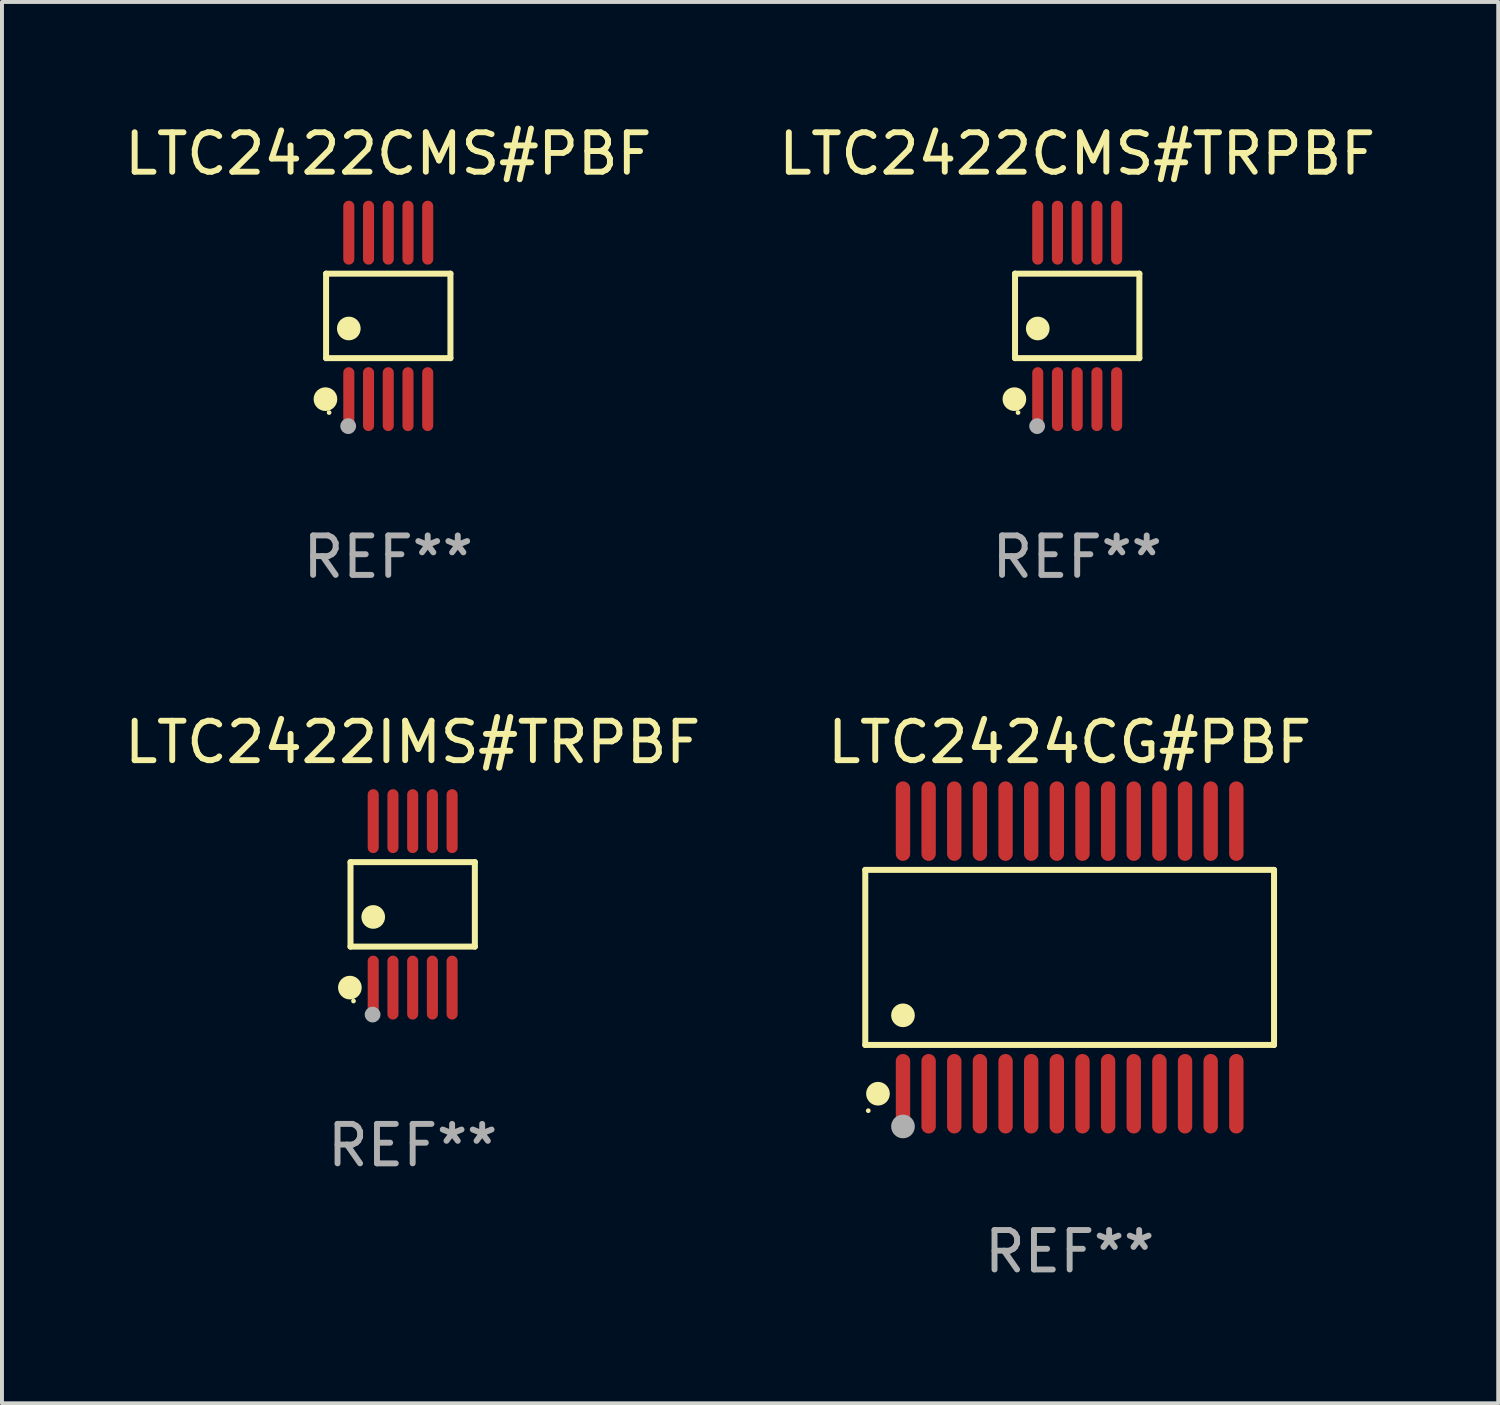
<source format=kicad_pcb>
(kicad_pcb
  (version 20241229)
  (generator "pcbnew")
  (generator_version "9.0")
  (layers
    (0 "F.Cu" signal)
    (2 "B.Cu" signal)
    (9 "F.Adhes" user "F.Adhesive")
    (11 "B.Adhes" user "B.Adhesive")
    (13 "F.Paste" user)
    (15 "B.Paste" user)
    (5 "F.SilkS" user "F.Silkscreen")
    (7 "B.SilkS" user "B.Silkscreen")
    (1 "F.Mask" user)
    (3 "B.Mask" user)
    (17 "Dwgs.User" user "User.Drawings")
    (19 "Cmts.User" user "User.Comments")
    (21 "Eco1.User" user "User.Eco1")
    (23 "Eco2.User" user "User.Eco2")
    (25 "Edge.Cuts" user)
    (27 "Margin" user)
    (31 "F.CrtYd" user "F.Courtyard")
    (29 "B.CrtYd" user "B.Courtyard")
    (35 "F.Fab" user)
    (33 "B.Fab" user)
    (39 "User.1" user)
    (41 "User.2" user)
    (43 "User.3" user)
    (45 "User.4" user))
  (footprint "LTC2422CMS#PBF"
    (layer "F.Cu")
    (at 6.792 4.958)
    (property "Reference" "LTC2422CMS#PBF" (at 0 -4.11 0) (layer "F.SilkS") (effects (font (size 1 1) (thickness 0.15))))
    (attr through_hole)
    (fp_line (start -1.576 -1.071) (end 1.576 -1.071) (stroke (width 0.152) (type solid)) (layer "F.SilkS"))
    (fp_line (start -1.576 1.071) (end -1.576 -1.071) (stroke (width 0.152) (type solid)) (layer "F.SilkS"))
    (fp_line (start 1.576 -1.071) (end 1.576 1.071) (stroke (width 0.152) (type solid)) (layer "F.SilkS"))
    (fp_line (start 1.576 1.071) (end -1.576 1.071) (stroke (width 0.152) (type solid)) (layer "F.SilkS"))
    (fp_circle (center -1.592 2.11) (end -1.442 2.11) (stroke (width 0.3) (type solid)) (fill no) (layer "F.SilkS"))
    (fp_circle (center -1.5 2.45) (end -1.47 2.45) (stroke (width 0.06) (type solid)) (fill no) (layer "F.SilkS"))
    (fp_circle (center -1 0.319) (end -0.85 0.319) (stroke (width 0.3) (type solid)) (fill no) (layer "F.SilkS"))
    (fp_circle (center -1.016 2.794) (end -0.916 2.794) (stroke (width 0.2) (type solid)) (fill no) (layer "F.Fab"))
    (fp_text user "REF**" (at 0 6.11 0) (layer "F.Fab") (effects (font (size 1 1) (thickness 0.15))))
    (pad "1" smd oval (at -1 2.11) (size 0.28 1.62) (layers "F.Cu" "F.Mask" "F.Paste"))
    (pad "2" smd oval (at -0.5 2.11) (size 0.28 1.62) (layers "F.Cu" "F.Mask" "F.Paste"))
    (pad "3" smd oval (at 0 2.11) (size 0.28 1.62) (layers "F.Cu" "F.Mask" "F.Paste"))
    (pad "4" smd oval (at 0.5 2.11) (size 0.28 1.62) (layers "F.Cu" "F.Mask" "F.Paste"))
    (pad "5" smd oval (at 1 2.11) (size 0.28 1.62) (layers "F.Cu" "F.Mask" "F.Paste"))
    (pad "6" smd oval (at 1 -2.11) (size 0.28 1.62) (layers "F.Cu" "F.Mask" "F.Paste"))
    (pad "7" smd oval (at 0.5 -2.11) (size 0.28 1.62) (layers "F.Cu" "F.Mask" "F.Paste"))
    (pad "8" smd oval (at 0 -2.11) (size 0.28 1.62) (layers "F.Cu" "F.Mask" "F.Paste"))
    (pad "9" smd oval (at -0.5 -2.11) (size 0.28 1.62) (layers "F.Cu" "F.Mask" "F.Paste"))
    (pad "10" smd oval (at -1 -2.11) (size 0.28 1.62) (layers "F.Cu" "F.Mask" "F.Paste")))
  (footprint "LTC2422CMS#TRPBF"
    (layer "F.Cu")
    (at 24.256 4.958)
    (property "Reference" "LTC2422CMS#TRPBF" (at 0 -4.11 0) (layer "F.SilkS") (effects (font (size 1 1) (thickness 0.15))))
    (attr through_hole)
    (fp_line (start -1.576 -1.071) (end 1.576 -1.071) (stroke (width 0.152) (type solid)) (layer "F.SilkS"))
    (fp_line (start -1.576 1.071) (end -1.576 -1.071) (stroke (width 0.152) (type solid)) (layer "F.SilkS"))
    (fp_line (start 1.576 -1.071) (end 1.576 1.071) (stroke (width 0.152) (type solid)) (layer "F.SilkS"))
    (fp_line (start 1.576 1.071) (end -1.576 1.071) (stroke (width 0.152) (type solid)) (layer "F.SilkS"))
    (fp_circle (center -1.592 2.11) (end -1.442 2.11) (stroke (width 0.3) (type solid)) (fill no) (layer "F.SilkS"))
    (fp_circle (center -1.5 2.45) (end -1.47 2.45) (stroke (width 0.06) (type solid)) (fill no) (layer "F.SilkS"))
    (fp_circle (center -1 0.319) (end -0.85 0.319) (stroke (width 0.3) (type solid)) (fill no) (layer "F.SilkS"))
    (fp_circle (center -1.016 2.794) (end -0.916 2.794) (stroke (width 0.2) (type solid)) (fill no) (layer "F.Fab"))
    (fp_text user "REF**" (at 0 6.11 0) (layer "F.Fab") (effects (font (size 1 1) (thickness 0.15))))
    (pad "1" smd oval (at -1 2.11) (size 0.28 1.62) (layers "F.Cu" "F.Mask" "F.Paste"))
    (pad "2" smd oval (at -0.5 2.11) (size 0.28 1.62) (layers "F.Cu" "F.Mask" "F.Paste"))
    (pad "3" smd oval (at 0 2.11) (size 0.28 1.62) (layers "F.Cu" "F.Mask" "F.Paste"))
    (pad "4" smd oval (at 0.5 2.11) (size 0.28 1.62) (layers "F.Cu" "F.Mask" "F.Paste"))
    (pad "5" smd oval (at 1 2.11) (size 0.28 1.62) (layers "F.Cu" "F.Mask" "F.Paste"))
    (pad "6" smd oval (at 1 -2.11) (size 0.28 1.62) (layers "F.Cu" "F.Mask" "F.Paste"))
    (pad "7" smd oval (at 0.5 -2.11) (size 0.28 1.62) (layers "F.Cu" "F.Mask" "F.Paste"))
    (pad "8" smd oval (at 0 -2.11) (size 0.28 1.62) (layers "F.Cu" "F.Mask" "F.Paste"))
    (pad "9" smd oval (at -0.5 -2.11) (size 0.28 1.62) (layers "F.Cu" "F.Mask" "F.Paste"))
    (pad "10" smd oval (at -1 -2.11) (size 0.28 1.62) (layers "F.Cu" "F.Mask" "F.Paste")))
  (footprint "LTC2422IMS#TRPBF"
    (layer "F.Cu")
    (at 7.411 19.875)
    (property "Reference" "LTC2422IMS#TRPBF" (at 0 -4.11 0) (layer "F.SilkS") (effects (font (size 1 1) (thickness 0.15))))
    (attr through_hole)
    (fp_line (start -1.576 -1.071) (end 1.576 -1.071) (stroke (width 0.152) (type solid)) (layer "F.SilkS"))
    (fp_line (start -1.576 1.071) (end -1.576 -1.071) (stroke (width 0.152) (type solid)) (layer "F.SilkS"))
    (fp_line (start 1.576 -1.071) (end 1.576 1.071) (stroke (width 0.152) (type solid)) (layer "F.SilkS"))
    (fp_line (start 1.576 1.071) (end -1.576 1.071) (stroke (width 0.152) (type solid)) (layer "F.SilkS"))
    (fp_circle (center -1.592 2.11) (end -1.442 2.11) (stroke (width 0.3) (type solid)) (fill no) (layer "F.SilkS"))
    (fp_circle (center -1.5 2.45) (end -1.47 2.45) (stroke (width 0.06) (type solid)) (fill no) (layer "F.SilkS"))
    (fp_circle (center -1 0.319) (end -0.85 0.319) (stroke (width 0.3) (type solid)) (fill no) (layer "F.SilkS"))
    (fp_circle (center -1.016 2.794) (end -0.916 2.794) (stroke (width 0.2) (type solid)) (fill no) (layer "F.Fab"))
    (fp_text user "REF**" (at 0 6.11 0) (layer "F.Fab") (effects (font (size 1 1) (thickness 0.15))))
    (pad "1" smd oval (at -1 2.11) (size 0.28 1.62) (layers "F.Cu" "F.Mask" "F.Paste"))
    (pad "2" smd oval (at -0.5 2.11) (size 0.28 1.62) (layers "F.Cu" "F.Mask" "F.Paste"))
    (pad "3" smd oval (at 0 2.11) (size 0.28 1.62) (layers "F.Cu" "F.Mask" "F.Paste"))
    (pad "4" smd oval (at 0.5 2.11) (size 0.28 1.62) (layers "F.Cu" "F.Mask" "F.Paste"))
    (pad "5" smd oval (at 1 2.11) (size 0.28 1.62) (layers "F.Cu" "F.Mask" "F.Paste"))
    (pad "6" smd oval (at 1 -2.11) (size 0.28 1.62) (layers "F.Cu" "F.Mask" "F.Paste"))
    (pad "7" smd oval (at 0.5 -2.11) (size 0.28 1.62) (layers "F.Cu" "F.Mask" "F.Paste"))
    (pad "8" smd oval (at 0 -2.11) (size 0.28 1.62) (layers "F.Cu" "F.Mask" "F.Paste"))
    (pad "9" smd oval (at -0.5 -2.11) (size 0.28 1.62) (layers "F.Cu" "F.Mask" "F.Paste"))
    (pad "10" smd oval (at -1 -2.11) (size 0.28 1.62) (layers "F.Cu" "F.Mask" "F.Paste")))
  (footprint "LTC2424CG#PBF"
    (layer "F.Cu")
    (at 24.065 21.22)
    (property "Reference" "LTC2424CG#PBF" (at 0 -5.455 0) (layer "F.SilkS") (effects (font (size 1 1) (thickness 0.15))))
    (attr through_hole)
    (fp_line (start -5.181 -2.219) (end 5.181 -2.219) (stroke (width 0.152) (type solid)) (layer "F.SilkS"))
    (fp_line (start -5.181 2.219) (end -5.181 -2.219) (stroke (width 0.152) (type solid)) (layer "F.SilkS"))
    (fp_line (start 5.181 -2.219) (end 5.181 2.219) (stroke (width 0.152) (type solid)) (layer "F.SilkS"))
    (fp_line (start 5.181 2.219) (end -5.181 2.219) (stroke (width 0.152) (type solid)) (layer "F.SilkS"))
    (fp_circle (center -5.105 3.885) (end -5.075 3.885) (stroke (width 0.06) (type solid)) (fill no) (layer "F.SilkS"))
    (fp_circle (center -4.859 3.455) (end -4.709 3.455) (stroke (width 0.3) (type solid)) (fill no) (layer "F.SilkS"))
    (fp_circle (center -4.225 1.467) (end -4.075 1.467) (stroke (width 0.3) (type solid)) (fill no) (layer "F.SilkS"))
    (fp_circle (center -4.225 4.285) (end -4.075 4.285) (stroke (width 0.3) (type solid)) (fill no) (layer "F.Fab"))
    (fp_text user "REF**" (at 0 7.455 0) (layer "F.Fab") (effects (font (size 1 1) (thickness 0.15))))
    (pad "1" smd oval (at -4.225 3.455) (size 0.364 2.015) (layers "F.Cu" "F.Mask" "F.Paste"))
    (pad "2" smd oval (at -3.575 3.455) (size 0.364 2.015) (layers "F.Cu" "F.Mask" "F.Paste"))
    (pad "3" smd oval (at -2.925 3.455) (size 0.364 2.015) (layers "F.Cu" "F.Mask" "F.Paste"))
    (pad "4" smd oval (at -2.275 3.455) (size 0.364 2.015) (layers "F.Cu" "F.Mask" "F.Paste"))
    (pad "5" smd oval (at -1.625 3.455) (size 0.364 2.015) (layers "F.Cu" "F.Mask" "F.Paste"))
    (pad "6" smd oval (at -0.975 3.455) (size 0.364 2.015) (layers "F.Cu" "F.Mask" "F.Paste"))
    (pad "7" smd oval (at -0.325 3.455) (size 0.364 2.015) (layers "F.Cu" "F.Mask" "F.Paste"))
    (pad "8" smd oval (at 0.325 3.455) (size 0.364 2.015) (layers "F.Cu" "F.Mask" "F.Paste"))
    (pad "9" smd oval (at 0.975 3.455) (size 0.364 2.015) (layers "F.Cu" "F.Mask" "F.Paste"))
    (pad "10" smd oval (at 1.625 3.455) (size 0.364 2.015) (layers "F.Cu" "F.Mask" "F.Paste"))
    (pad "11" smd oval (at 2.275 3.455) (size 0.364 2.015) (layers "F.Cu" "F.Mask" "F.Paste"))
    (pad "12" smd oval (at 2.925 3.455) (size 0.364 2.015) (layers "F.Cu" "F.Mask" "F.Paste"))
    (pad "13" smd oval (at 3.575 3.455) (size 0.364 2.015) (layers "F.Cu" "F.Mask" "F.Paste"))
    (pad "14" smd oval (at 4.225 3.455) (size 0.364 2.015) (layers "F.Cu" "F.Mask" "F.Paste"))
    (pad "15" smd oval (at 4.225 -3.455) (size 0.364 2.015) (layers "F.Cu" "F.Mask" "F.Paste"))
    (pad "16" smd oval (at 3.575 -3.455) (size 0.364 2.015) (layers "F.Cu" "F.Mask" "F.Paste"))
    (pad "17" smd oval (at 2.925 -3.455) (size 0.364 2.015) (layers "F.Cu" "F.Mask" "F.Paste"))
    (pad "18" smd oval (at 2.275 -3.455) (size 0.364 2.015) (layers "F.Cu" "F.Mask" "F.Paste"))
    (pad "19" smd oval (at 1.625 -3.455) (size 0.364 2.015) (layers "F.Cu" "F.Mask" "F.Paste"))
    (pad "20" smd oval (at 0.975 -3.455) (size 0.364 2.015) (layers "F.Cu" "F.Mask" "F.Paste"))
    (pad "21" smd oval (at 0.325 -3.455) (size 0.364 2.015) (layers "F.Cu" "F.Mask" "F.Paste"))
    (pad "22" smd oval (at -0.325 -3.455) (size 0.364 2.015) (layers "F.Cu" "F.Mask" "F.Paste"))
    (pad "23" smd oval (at -0.975 -3.455) (size 0.364 2.015) (layers "F.Cu" "F.Mask" "F.Paste"))
    (pad "24" smd oval (at -1.625 -3.455) (size 0.364 2.015) (layers "F.Cu" "F.Mask" "F.Paste"))
    (pad "25" smd oval (at -2.275 -3.455) (size 0.364 2.015) (layers "F.Cu" "F.Mask" "F.Paste"))
    (pad "26" smd oval (at -2.925 -3.455) (size 0.364 2.015) (layers "F.Cu" "F.Mask" "F.Paste"))
    (pad "27" smd oval (at -3.575 -3.455) (size 0.364 2.015) (layers "F.Cu" "F.Mask" "F.Paste"))
    (pad "28" smd oval (at -4.225 -3.455) (size 0.364 2.015) (layers "F.Cu" "F.Mask" "F.Paste")))
  (gr_rect
    (start -3 -3)
    (end 34.929 32.523)
    (stroke (width 0.1) (type default))
    (fill no)
    (layer "Edge.Cuts")))
</source>
